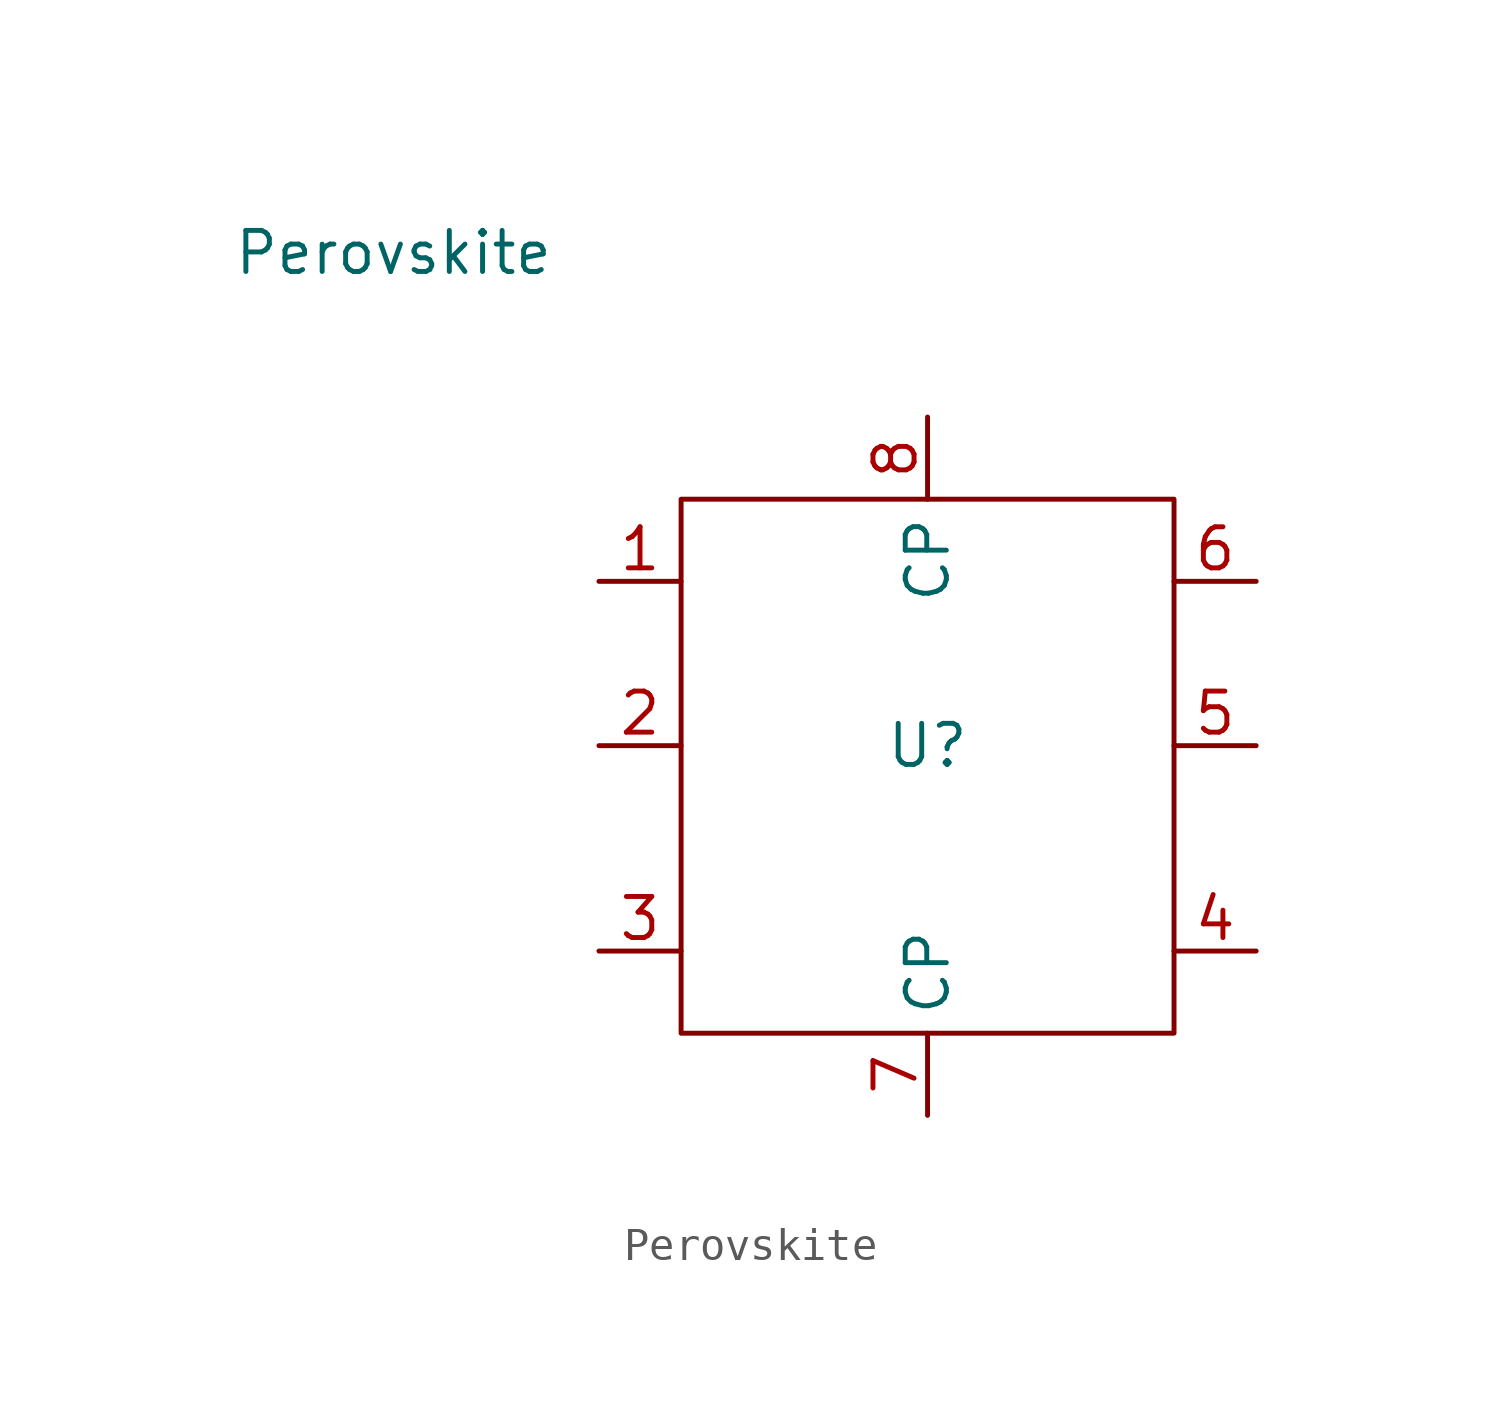
<source format=kicad_sym>
(kicad_symbol_lib
  (version 20211014)
  (generator kicad_symbol_editor)
  (symbol "Perovskite"
    (property "Reference" "U"
      (at 0 0 0)
      (effects (font (size 1.27 1.27))))
    (property "Value" "Perovskite"
      (at -16.51 15.24 0)
      (effects (font (size 1.27 1.27))))
    (symbol "Perovskite_0_1"
      (rectangle (start -7.62 7.62) (end 7.62 -8.89) (stroke (width 0) (type default) (color 0 0 0 0)) (fill (type none))))
    (symbol "Perovskite_1_1"
      (pin bidirectional line (at -10.16 5.08 0) (length 2.54) (name "" (effects (font (size 1.27 1.27)))) (number "1" (effects (font (size 1.27 1.27)))))
      (pin bidirectional line (at -10.16 0 0) (length 2.54) (name "" (effects (font (size 1.27 1.27)))) (number "2" (effects (font (size 1.27 1.27)))))
      (pin bidirectional line (at -10.16 -6.35 0) (length 2.54) (name "" (effects (font (size 1.27 1.27)))) (number "3" (effects (font (size 1.27 1.27)))))
      (pin bidirectional line (at 10.16 -6.35 180) (length 2.54) (name "" (effects (font (size 1.27 1.27)))) (number "4" (effects (font (size 1.27 1.27)))))
      (pin bidirectional line (at 10.16 0 180) (length 2.54) (name "" (effects (font (size 1.27 1.27)))) (number "5" (effects (font (size 1.27 1.27)))))
      (pin bidirectional line (at 10.16 5.08 180) (length 2.54) (name "" (effects (font (size 1.27 1.27)))) (number "6" (effects (font (size 1.27 1.27)))))
      (pin bidirectional line (at 0 -11.43 90) (length 2.54) (name "CP" (effects (font (size 1.27 1.27)))) (number "7" (effects (font (size 1.27 1.27)))))
      (pin bidirectional line (at 0 10.16 270) (length 2.54) (name "CP" (effects (font (size 1.27 1.27)))) (number "8" (effects (font (size 1.27 1.27))))))))
</source>
